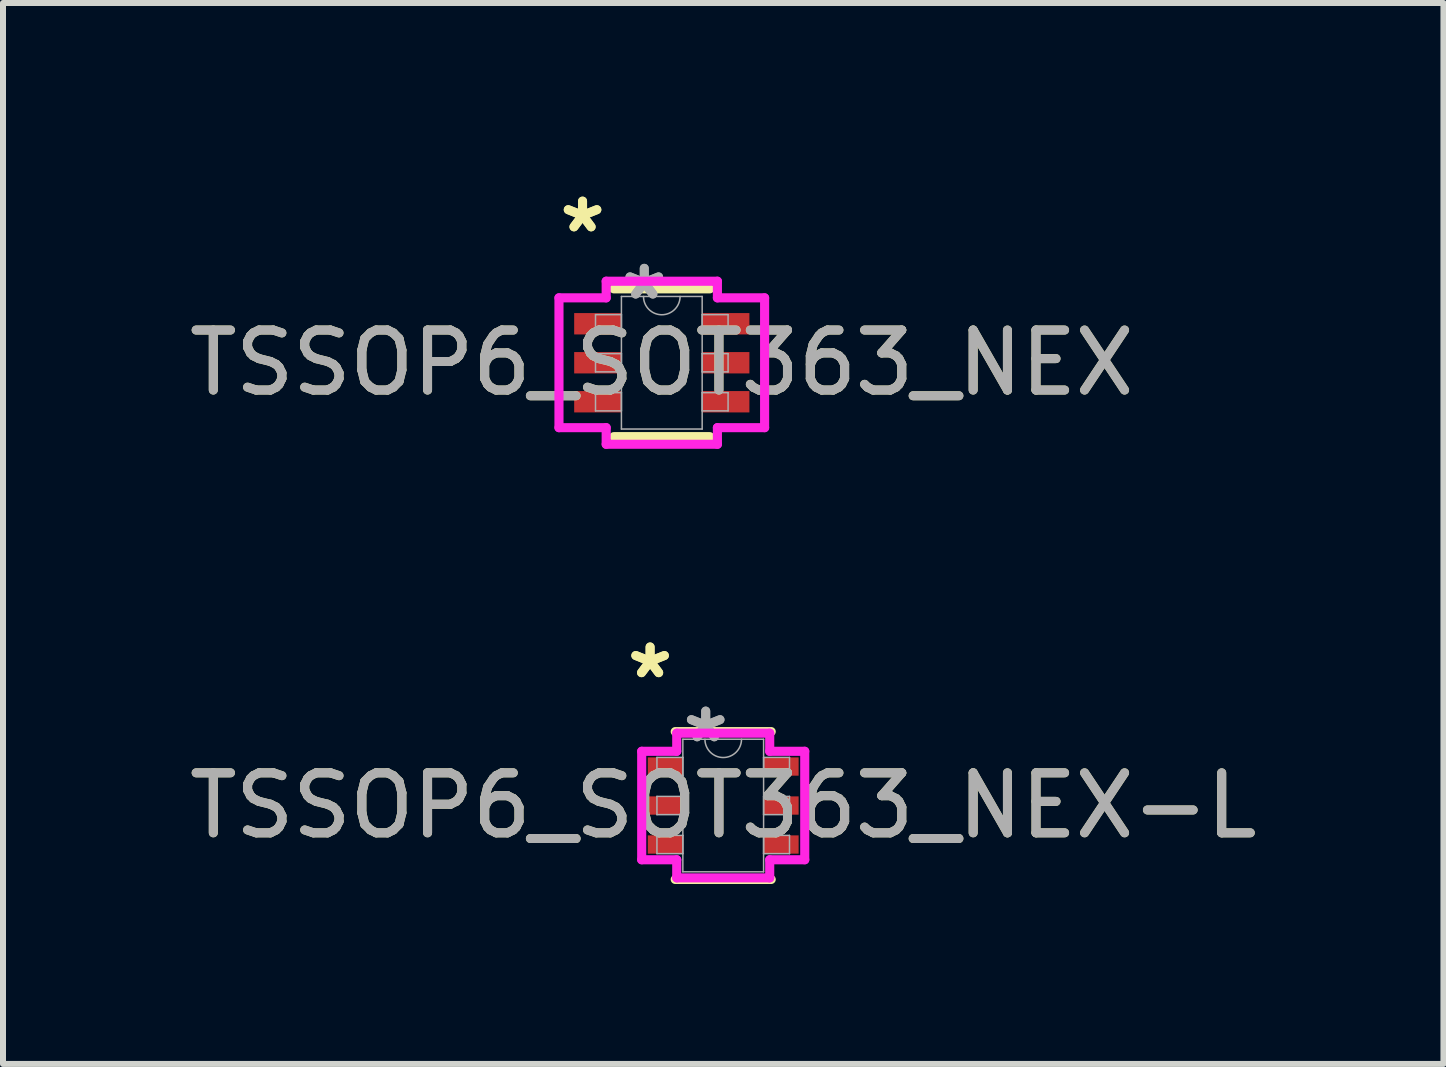
<source format=kicad_pcb>
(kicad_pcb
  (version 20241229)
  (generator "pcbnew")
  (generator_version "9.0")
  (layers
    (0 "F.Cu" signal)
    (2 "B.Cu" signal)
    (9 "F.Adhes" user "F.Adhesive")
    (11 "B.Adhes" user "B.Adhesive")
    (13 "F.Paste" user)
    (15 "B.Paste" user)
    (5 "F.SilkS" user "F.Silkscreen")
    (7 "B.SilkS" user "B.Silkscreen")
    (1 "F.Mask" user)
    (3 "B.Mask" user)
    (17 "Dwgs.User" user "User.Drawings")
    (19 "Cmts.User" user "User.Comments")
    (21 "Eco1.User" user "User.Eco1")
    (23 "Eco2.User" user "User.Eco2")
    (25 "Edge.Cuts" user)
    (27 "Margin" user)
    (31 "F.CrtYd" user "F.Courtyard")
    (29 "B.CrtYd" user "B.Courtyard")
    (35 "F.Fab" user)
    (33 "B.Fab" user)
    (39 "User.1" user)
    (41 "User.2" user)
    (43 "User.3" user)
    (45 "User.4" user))
  (footprint "TSSOP6_SOT363_NEX-L"
    (layer "F.Cu")
    (at 9.006 10.378)
    (property "Reference" "TSSOP6_SOT363_NEX-L" (at 0 0 0) (unlocked yes) (layer "F.SilkS") (effects (font (size 1 1) (thickness 0.15))))
    (attr smd)
    (fp_line (start -0.8 1.232) (end 0.8 1.232) (stroke (width 0.152) (type solid)) (layer "F.SilkS"))
    (fp_line (start 0.8 -1.232) (end -0.8 -1.232) (stroke (width 0.152) (type solid)) (layer "F.SilkS"))
    (fp_line (start -1.359 -0.904) (end -0.775 -0.904) (stroke (width 0.152) (type solid)) (layer "F.CrtYd"))
    (fp_line (start -1.359 0.904) (end -1.359 -0.904) (stroke (width 0.152) (type solid)) (layer "F.CrtYd"))
    (fp_line (start -1.359 0.904) (end -0.775 0.904) (stroke (width 0.152) (type solid)) (layer "F.CrtYd"))
    (fp_line (start -0.775 -1.206) (end 0.775 -1.206) (stroke (width 0.152) (type solid)) (layer "F.CrtYd"))
    (fp_line (start -0.775 -0.904) (end -0.775 -1.206) (stroke (width 0.152) (type solid)) (layer "F.CrtYd"))
    (fp_line (start -0.775 1.206) (end -0.775 0.904) (stroke (width 0.152) (type solid)) (layer "F.CrtYd"))
    (fp_line (start 0.775 -1.206) (end 0.775 -0.904) (stroke (width 0.152) (type solid)) (layer "F.CrtYd"))
    (fp_line (start 0.775 0.904) (end 0.775 1.206) (stroke (width 0.152) (type solid)) (layer "F.CrtYd"))
    (fp_line (start 0.775 1.206) (end -0.775 1.206) (stroke (width 0.152) (type solid)) (layer "F.CrtYd"))
    (fp_line (start 1.359 -0.904) (end 0.775 -0.904) (stroke (width 0.152) (type solid)) (layer "F.CrtYd"))
    (fp_line (start 1.359 -0.904) (end 1.359 0.904) (stroke (width 0.152) (type solid)) (layer "F.CrtYd"))
    (fp_line (start 1.359 0.904) (end 0.775 0.904) (stroke (width 0.152) (type solid)) (layer "F.CrtYd"))
    (fp_line (start -1.105 -0.802) (end -1.105 -0.498) (stroke (width 0.025) (type solid)) (layer "F.Fab"))
    (fp_line (start -1.105 -0.498) (end -0.673 -0.498) (stroke (width 0.025) (type solid)) (layer "F.Fab"))
    (fp_line (start -1.105 -0.152) (end -1.105 0.152) (stroke (width 0.025) (type solid)) (layer "F.Fab"))
    (fp_line (start -1.105 0.152) (end -0.673 0.152) (stroke (width 0.025) (type solid)) (layer "F.Fab"))
    (fp_line (start -1.105 0.498) (end -1.105 0.802) (stroke (width 0.025) (type solid)) (layer "F.Fab"))
    (fp_line (start -1.105 0.802) (end -0.673 0.802) (stroke (width 0.025) (type solid)) (layer "F.Fab"))
    (fp_line (start -0.673 -1.105) (end -0.673 1.105) (stroke (width 0.025) (type solid)) (layer "F.Fab"))
    (fp_line (start -0.673 -0.802) (end -1.105 -0.802) (stroke (width 0.025) (type solid)) (layer "F.Fab"))
    (fp_line (start -0.673 -0.498) (end -0.673 -0.802) (stroke (width 0.025) (type solid)) (layer "F.Fab"))
    (fp_line (start -0.673 -0.152) (end -1.105 -0.152) (stroke (width 0.025) (type solid)) (layer "F.Fab"))
    (fp_line (start -0.673 0.152) (end -0.673 -0.152) (stroke (width 0.025) (type solid)) (layer "F.Fab"))
    (fp_line (start -0.673 0.498) (end -1.105 0.498) (stroke (width 0.025) (type solid)) (layer "F.Fab"))
    (fp_line (start -0.673 0.802) (end -0.673 0.498) (stroke (width 0.025) (type solid)) (layer "F.Fab"))
    (fp_line (start -0.673 1.105) (end 0.673 1.105) (stroke (width 0.025) (type solid)) (layer "F.Fab"))
    (fp_line (start 0.673 -1.105) (end -0.673 -1.105) (stroke (width 0.025) (type solid)) (layer "F.Fab"))
    (fp_line (start 0.673 -0.802) (end 0.673 -0.498) (stroke (width 0.025) (type solid)) (layer "F.Fab"))
    (fp_line (start 0.673 -0.498) (end 1.105 -0.498) (stroke (width 0.025) (type solid)) (layer "F.Fab"))
    (fp_line (start 0.673 -0.152) (end 0.673 0.152) (stroke (width 0.025) (type solid)) (layer "F.Fab"))
    (fp_line (start 0.673 0.152) (end 1.105 0.152) (stroke (width 0.025) (type solid)) (layer "F.Fab"))
    (fp_line (start 0.673 0.498) (end 0.673 0.802) (stroke (width 0.025) (type solid)) (layer "F.Fab"))
    (fp_line (start 0.673 0.802) (end 1.105 0.802) (stroke (width 0.025) (type solid)) (layer "F.Fab"))
    (fp_line (start 0.673 1.105) (end 0.673 -1.105) (stroke (width 0.025) (type solid)) (layer "F.Fab"))
    (fp_line (start 1.105 -0.802) (end 0.673 -0.802) (stroke (width 0.025) (type solid)) (layer "F.Fab"))
    (fp_line (start 1.105 -0.498) (end 1.105 -0.802) (stroke (width 0.025) (type solid)) (layer "F.Fab"))
    (fp_line (start 1.105 -0.152) (end 0.673 -0.152) (stroke (width 0.025) (type solid)) (layer "F.Fab"))
    (fp_line (start 1.105 0.152) (end 1.105 -0.152) (stroke (width 0.025) (type solid)) (layer "F.Fab"))
    (fp_line (start 1.105 0.498) (end 0.673 0.498) (stroke (width 0.025) (type solid)) (layer "F.Fab"))
    (fp_line (start 1.105 0.802) (end 1.105 0.498) (stroke (width 0.025) (type solid)) (layer "F.Fab"))
    (fp_arc (start 0.3048 -1.1049) (mid 0 -0.8001) (end -0.3048 -1.1049) (stroke (width 0.0254) (type solid)) (layer "F.Fab"))
    (fp_text user "*" (at -1.219 -2.098 0) (layer "F.SilkS") (effects (font (size 1 1) (thickness 0.15))))
    (fp_text user "*" (at -1.219 -2.098 0) (unlocked yes) (layer "F.SilkS") (effects (font (size 1 1) (thickness 0.15))))
    (fp_text user "*" (at -0.292 -1.029 0) (layer "F.Fab") (effects (font (size 1 1) (thickness 0.15))))
    (fp_text user "${REFERENCE}" (at 0 0 0) (unlocked yes) (layer "F.Fab") (effects (font (size 1 1) (thickness 0.15))))
    (fp_text user "*" (at -0.292 -1.029 0) (unlocked yes) (layer "F.Fab") (effects (font (size 1 1) (thickness 0.15))))
    (pad "1" smd rect (at -0.965 -0.65) (size 0.584 0.305) (layers "F.Cu" "F.Mask" "F.Paste"))
    (pad "2" smd rect (at -0.965 0) (size 0.584 0.305) (layers "F.Cu" "F.Mask" "F.Paste"))
    (pad "3" smd rect (at -0.965 0.65) (size 0.584 0.305) (layers "F.Cu" "F.Mask" "F.Paste"))
    (pad "4" smd rect (at 0.965 0.65) (size 0.584 0.305) (layers "F.Cu" "F.Mask" "F.Paste"))
    (pad "5" smd rect (at 0.965 0) (size 0.584 0.305) (layers "F.Cu" "F.Mask" "F.Paste"))
    (pad "6" smd rect (at 0.965 -0.65) (size 0.584 0.305) (layers "F.Cu" "F.Mask" "F.Paste")))
  (footprint "TSSOP6_SOT363_NEX"
    (layer "F.Cu")
    (at 7.982 2.997)
    (property "Reference" "TSSOP6_SOT363_NEX" (at 0 0 0) (unlocked yes) (layer "F.SilkS") (effects (font (size 1 1) (thickness 0.15))))
    (attr smd)
    (fp_line (start -0.8 1.232) (end 0.8 1.232) (stroke (width 0.152) (type solid)) (layer "F.SilkS"))
    (fp_line (start 0.8 -1.232) (end -0.8 -1.232) (stroke (width 0.152) (type solid)) (layer "F.SilkS"))
    (fp_line (start -1.714 -1.082) (end -0.927 -1.082) (stroke (width 0.152) (type solid)) (layer "F.CrtYd"))
    (fp_line (start -1.714 1.082) (end -1.714 -1.082) (stroke (width 0.152) (type solid)) (layer "F.CrtYd"))
    (fp_line (start -1.714 1.082) (end -0.927 1.082) (stroke (width 0.152) (type solid)) (layer "F.CrtYd"))
    (fp_line (start -0.927 -1.359) (end 0.927 -1.359) (stroke (width 0.152) (type solid)) (layer "F.CrtYd"))
    (fp_line (start -0.927 -1.082) (end -0.927 -1.359) (stroke (width 0.152) (type solid)) (layer "F.CrtYd"))
    (fp_line (start -0.927 1.359) (end -0.927 1.082) (stroke (width 0.152) (type solid)) (layer "F.CrtYd"))
    (fp_line (start 0.927 -1.359) (end 0.927 -1.082) (stroke (width 0.152) (type solid)) (layer "F.CrtYd"))
    (fp_line (start 0.927 1.082) (end 0.927 1.359) (stroke (width 0.152) (type solid)) (layer "F.CrtYd"))
    (fp_line (start 0.927 1.359) (end -0.927 1.359) (stroke (width 0.152) (type solid)) (layer "F.CrtYd"))
    (fp_line (start 1.714 -1.082) (end 0.927 -1.082) (stroke (width 0.152) (type solid)) (layer "F.CrtYd"))
    (fp_line (start 1.714 -1.082) (end 1.714 1.082) (stroke (width 0.152) (type solid)) (layer "F.CrtYd"))
    (fp_line (start 1.714 1.082) (end 0.927 1.082) (stroke (width 0.152) (type solid)) (layer "F.CrtYd"))
    (fp_line (start -1.105 -0.802) (end -1.105 -0.498) (stroke (width 0.025) (type solid)) (layer "F.Fab"))
    (fp_line (start -1.105 -0.498) (end -0.673 -0.498) (stroke (width 0.025) (type solid)) (layer "F.Fab"))
    (fp_line (start -1.105 -0.152) (end -1.105 0.152) (stroke (width 0.025) (type solid)) (layer "F.Fab"))
    (fp_line (start -1.105 0.152) (end -0.673 0.152) (stroke (width 0.025) (type solid)) (layer "F.Fab"))
    (fp_line (start -1.105 0.498) (end -1.105 0.802) (stroke (width 0.025) (type solid)) (layer "F.Fab"))
    (fp_line (start -1.105 0.802) (end -0.673 0.802) (stroke (width 0.025) (type solid)) (layer "F.Fab"))
    (fp_line (start -0.673 -1.105) (end -0.673 1.105) (stroke (width 0.025) (type solid)) (layer "F.Fab"))
    (fp_line (start -0.673 -0.802) (end -1.105 -0.802) (stroke (width 0.025) (type solid)) (layer "F.Fab"))
    (fp_line (start -0.673 -0.498) (end -0.673 -0.802) (stroke (width 0.025) (type solid)) (layer "F.Fab"))
    (fp_line (start -0.673 -0.152) (end -1.105 -0.152) (stroke (width 0.025) (type solid)) (layer "F.Fab"))
    (fp_line (start -0.673 0.152) (end -0.673 -0.152) (stroke (width 0.025) (type solid)) (layer "F.Fab"))
    (fp_line (start -0.673 0.498) (end -1.105 0.498) (stroke (width 0.025) (type solid)) (layer "F.Fab"))
    (fp_line (start -0.673 0.802) (end -0.673 0.498) (stroke (width 0.025) (type solid)) (layer "F.Fab"))
    (fp_line (start -0.673 1.105) (end 0.673 1.105) (stroke (width 0.025) (type solid)) (layer "F.Fab"))
    (fp_line (start 0.673 -1.105) (end -0.673 -1.105) (stroke (width 0.025) (type solid)) (layer "F.Fab"))
    (fp_line (start 0.673 -0.802) (end 0.673 -0.498) (stroke (width 0.025) (type solid)) (layer "F.Fab"))
    (fp_line (start 0.673 -0.498) (end 1.105 -0.498) (stroke (width 0.025) (type solid)) (layer "F.Fab"))
    (fp_line (start 0.673 -0.152) (end 0.673 0.152) (stroke (width 0.025) (type solid)) (layer "F.Fab"))
    (fp_line (start 0.673 0.152) (end 1.105 0.152) (stroke (width 0.025) (type solid)) (layer "F.Fab"))
    (fp_line (start 0.673 0.498) (end 0.673 0.802) (stroke (width 0.025) (type solid)) (layer "F.Fab"))
    (fp_line (start 0.673 0.802) (end 1.105 0.802) (stroke (width 0.025) (type solid)) (layer "F.Fab"))
    (fp_line (start 0.673 1.105) (end 0.673 -1.105) (stroke (width 0.025) (type solid)) (layer "F.Fab"))
    (fp_line (start 1.105 -0.802) (end 0.673 -0.802) (stroke (width 0.025) (type solid)) (layer "F.Fab"))
    (fp_line (start 1.105 -0.498) (end 1.105 -0.802) (stroke (width 0.025) (type solid)) (layer "F.Fab"))
    (fp_line (start 1.105 -0.152) (end 0.673 -0.152) (stroke (width 0.025) (type solid)) (layer "F.Fab"))
    (fp_line (start 1.105 0.152) (end 1.105 -0.152) (stroke (width 0.025) (type solid)) (layer "F.Fab"))
    (fp_line (start 1.105 0.498) (end 0.673 0.498) (stroke (width 0.025) (type solid)) (layer "F.Fab"))
    (fp_line (start 1.105 0.802) (end 1.105 0.498) (stroke (width 0.025) (type solid)) (layer "F.Fab"))
    (fp_arc (start 0.3048 -1.1049) (mid 0 -0.8001) (end -0.3048 -1.1049) (stroke (width 0.0254) (type solid)) (layer "F.Fab"))
    (fp_text user "*" (at -1.321 -2.149 0) (layer "F.SilkS") (effects (font (size 1 1) (thickness 0.15))))
    (fp_text user "*" (at -1.321 -2.149 0) (unlocked yes) (layer "F.SilkS") (effects (font (size 1 1) (thickness 0.15))))
    (fp_text user "*" (at -0.292 -1.029 0) (unlocked yes) (layer "F.Fab") (effects (font (size 1 1) (thickness 0.15))))
    (fp_text user "*" (at -0.292 -1.029 0) (layer "F.Fab") (effects (font (size 1 1) (thickness 0.15))))
    (fp_text user "${REFERENCE}" (at 0 0 0) (unlocked yes) (layer "F.Fab") (effects (font (size 1 1) (thickness 0.15))))
    (pad "1" smd rect (at -1.067 -0.65) (size 0.787 0.356) (layers "F.Cu" "F.Mask" "F.Paste"))
    (pad "2" smd rect (at -1.067 0) (size 0.787 0.356) (layers "F.Cu" "F.Mask" "F.Paste"))
    (pad "3" smd rect (at -1.067 0.65) (size 0.787 0.356) (layers "F.Cu" "F.Mask" "F.Paste"))
    (pad "4" smd rect (at 1.067 0.65) (size 0.787 0.356) (layers "F.Cu" "F.Mask" "F.Paste"))
    (pad "5" smd rect (at 1.067 0) (size 0.787 0.356) (layers "F.Cu" "F.Mask" "F.Paste"))
    (pad "6" smd rect (at 1.067 -0.65) (size 0.787 0.356) (layers "F.Cu" "F.Mask" "F.Paste")))
  (gr_rect
    (start -3 -3)
    (end 21.012 14.686)
    (stroke (width 0.1) (type default))
    (fill no)
    (layer "Edge.Cuts")))
</source>
